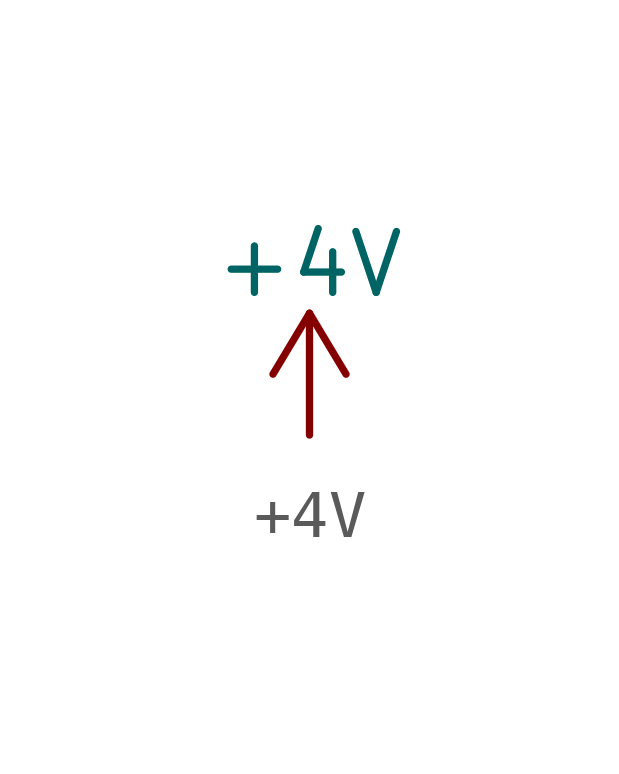
<source format=kicad_sym>
(kicad_symbol_lib
  (version 20211014)
  (generator kicad_symbol_editor)
  (symbol "+4V"
    (power)
    (pin_names
      (offset 0))
    (property "Reference" "#PWR"
      (at 0 -3.81 0)
      (effects (font (size 1.27 1.27)) hide))
    (property "Value" "+4V"
      (at 0 3.556 0)
      (effects (font (size 1.27 1.27))))
    (symbol "+4V_0_1"
      (polyline (pts (xy -0.762 1.27) (xy 0 2.54)) (stroke (width 0) (type default) (color 0 0 0 0)) (fill (type none)))
      (polyline (pts (xy 0 0) (xy 0 2.54)) (stroke (width 0) (type default) (color 0 0 0 0)) (fill (type none)))
      (polyline (pts (xy 0 2.54) (xy 0.762 1.27)) (stroke (width 0) (type default) (color 0 0 0 0)) (fill (type none))))
    (symbol "+4V_1_1"
      (pin power_in line (at 0 0 90) (length 0) hide (name "+4V2" (effects (font (size 1.27 1.27)))) (number "1" (effects (font (size 1.27 1.27))))))))
</source>
